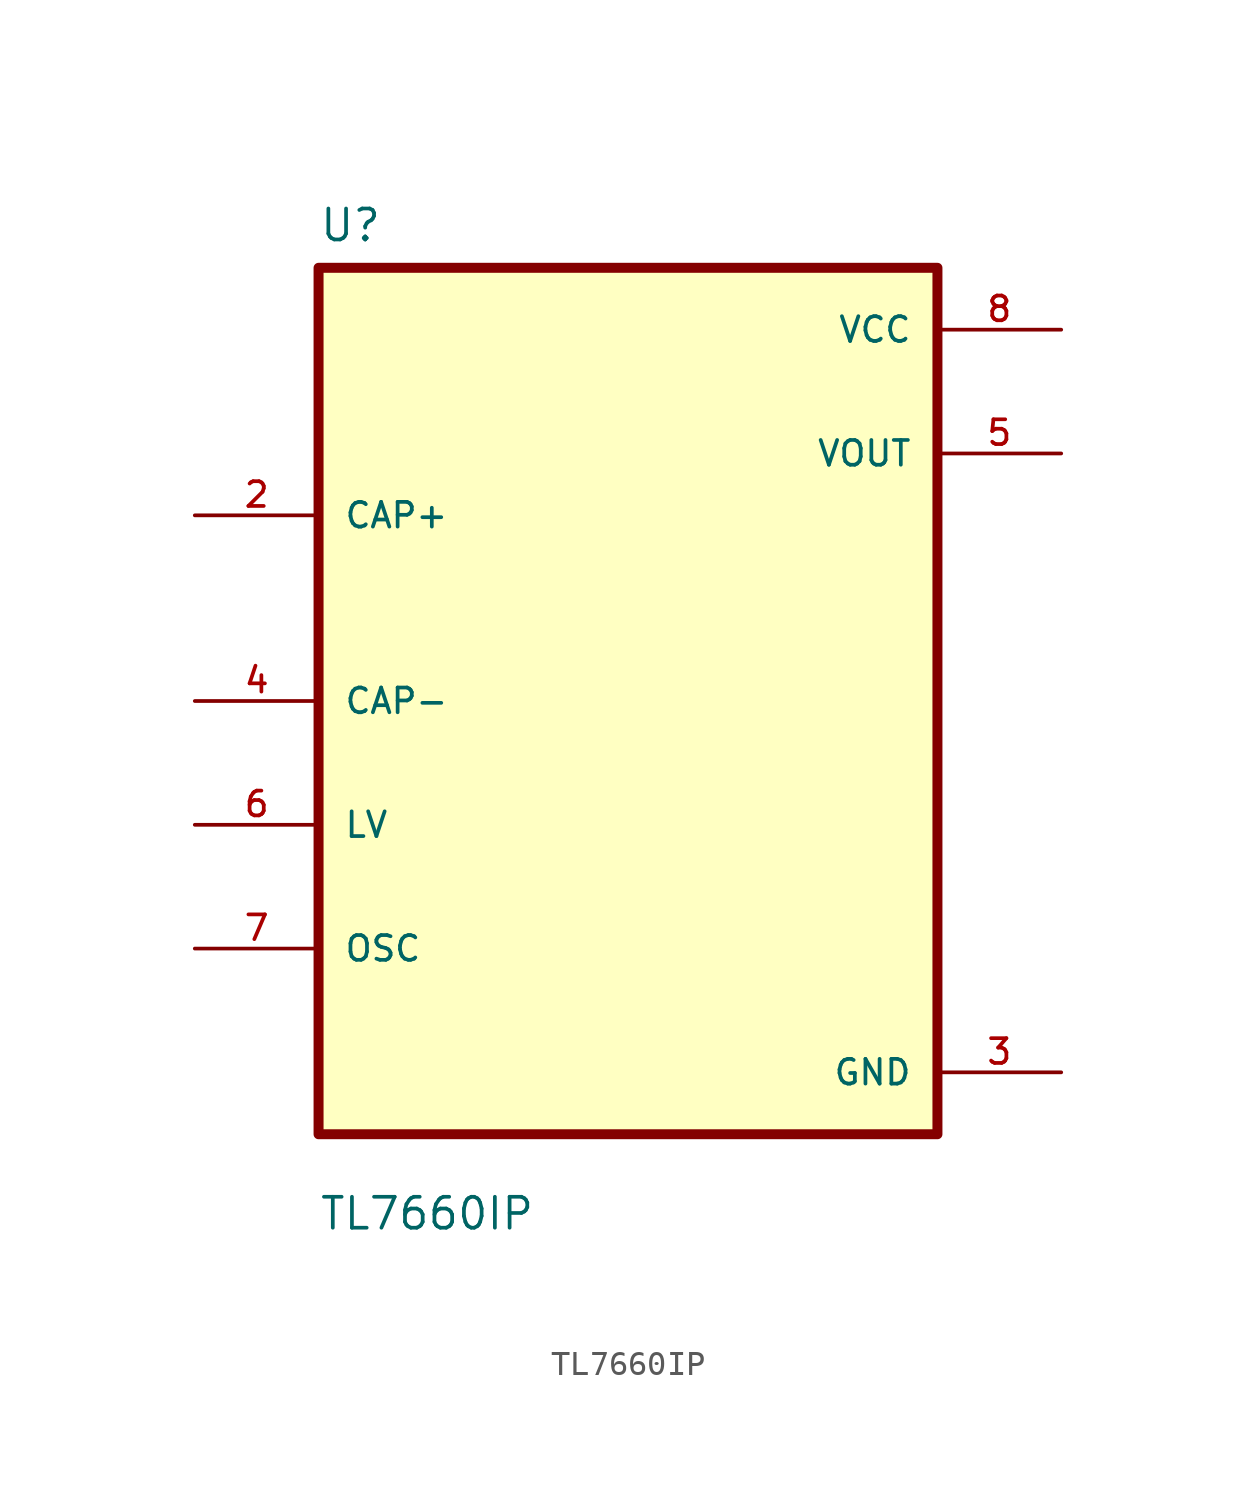
<source format=kicad_sym>
(kicad_symbol_lib
  (version 20211014)
  (generator kicad_symbol_editor)
  (symbol "TL7660IP"
    (pin_names
      (offset 1.016))
    (property "Reference" "U"
      (at -12.7 18.78 0.0)
      (effects (font (size 1.27 1.27)) (justify bottom left)))
    (property "Value" "TL7660IP"
      (at -12.7 -21.78 0.0)
      (effects (font (size 1.27 1.27)) (justify bottom left)))
    (symbol "TL7660IP_0_0"
      (rectangle (start -12.7 -17.78) (end 12.7 17.78) (stroke (width 0.41)) (fill (type background)))
      (pin bidirectional line (at -17.78 7.62 0) (length 5.08) (name "CAP+" (effects (font (size 1.016 1.016)))) (number "2" (effects (font (size 1.016 1.016)))))
      (pin bidirectional line (at -17.78 0.0 0) (length 5.08) (name "CAP-" (effects (font (size 1.016 1.016)))) (number "4" (effects (font (size 1.016 1.016)))))
      (pin bidirectional line (at -17.78 -5.08 0) (length 5.08) (name "LV" (effects (font (size 1.016 1.016)))) (number "6" (effects (font (size 1.016 1.016)))))
      (pin bidirectional line (at -17.78 -10.16 0) (length 5.08) (name "OSC" (effects (font (size 1.016 1.016)))) (number "7" (effects (font (size 1.016 1.016)))))
      (pin power_in line (at 17.78 15.24 180.0) (length 5.08) (name "VCC" (effects (font (size 1.016 1.016)))) (number "8" (effects (font (size 1.016 1.016)))))
      (pin output line (at 17.78 10.16 180.0) (length 5.08) (name "VOUT" (effects (font (size 1.016 1.016)))) (number "5" (effects (font (size 1.016 1.016)))))
      (pin power_in line (at 17.78 -15.24 180.0) (length 5.08) (name "GND" (effects (font (size 1.016 1.016)))) (number "3" (effects (font (size 1.016 1.016))))))))
</source>
